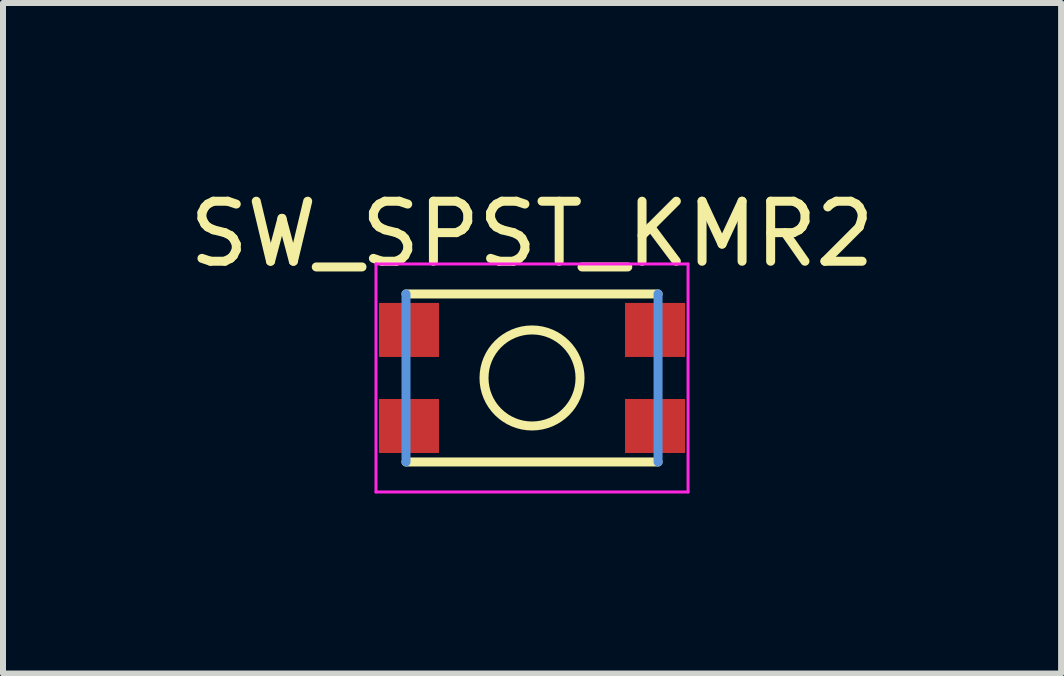
<source format=kicad_pcb>
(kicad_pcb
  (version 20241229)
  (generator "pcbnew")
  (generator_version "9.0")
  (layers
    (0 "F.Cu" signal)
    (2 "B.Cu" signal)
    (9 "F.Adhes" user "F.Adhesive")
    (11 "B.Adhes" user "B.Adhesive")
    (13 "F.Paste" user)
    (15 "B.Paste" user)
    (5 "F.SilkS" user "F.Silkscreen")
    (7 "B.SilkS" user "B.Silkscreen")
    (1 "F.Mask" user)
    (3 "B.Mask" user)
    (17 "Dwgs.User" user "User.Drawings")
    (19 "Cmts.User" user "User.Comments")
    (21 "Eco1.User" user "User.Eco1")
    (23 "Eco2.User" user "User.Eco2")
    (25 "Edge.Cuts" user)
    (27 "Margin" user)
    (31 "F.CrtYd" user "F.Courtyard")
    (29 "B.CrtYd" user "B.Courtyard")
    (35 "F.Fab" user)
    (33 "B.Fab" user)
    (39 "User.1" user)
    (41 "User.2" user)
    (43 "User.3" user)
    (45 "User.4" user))
  (footprint "SW_SPST_KMR2"
    (layer "F.Cu")
    (at 5.815 3.248)
    (property "Reference" "SW_SPST_KMR2" (at 0 -2.4 0) (layer "F.SilkS") (effects (font (size 1 1) (thickness 0.15))))
    (attr smd)
    (fp_line (start -2.1 1.4) (end 2.1 1.4) (stroke (width 0.15) (type solid)) (layer "F.SilkS"))
    (fp_line (start 2.1 -1.4) (end -2.1 -1.4) (stroke (width 0.15) (type solid)) (layer "F.SilkS"))
    (fp_circle (center 0 0) (end 0 0.8) (stroke (width 0.15) (type solid)) (fill no) (layer "F.SilkS"))
    (fp_line (start -2.1 -1.4) (end -2.1 1.4) (stroke (width 0.15) (type solid)) (layer "Cmts.User"))
    (fp_line (start 2.1 -1.4) (end 2.1 1.4) (stroke (width 0.15) (type solid)) (layer "Cmts.User"))
    (fp_line (start -2.6 -1.9) (end 2.6 -1.9) (stroke (width 0.05) (type solid)) (layer "F.CrtYd"))
    (fp_line (start -2.6 1.9) (end -2.6 -1.9) (stroke (width 0.05) (type solid)) (layer "F.CrtYd"))
    (fp_line (start 2.6 -1.9) (end 2.6 1.9) (stroke (width 0.05) (type solid)) (layer "F.CrtYd"))
    (fp_line (start 2.6 1.9) (end -2.6 1.9) (stroke (width 0.05) (type solid)) (layer "F.CrtYd"))
    (pad "1" smd rect (at -2.05 -0.8 90) (size 0.9 1) (layers "F.Cu" "F.Mask" "F.Paste"))
    (pad "1" smd rect (at 2.05 -0.8 90) (size 0.9 1) (layers "F.Cu" "F.Mask" "F.Paste"))
    (pad "2" smd rect (at -2.05 0.8 90) (size 0.9 1) (layers "F.Cu" "F.Mask" "F.Paste"))
    (pad "2" smd rect (at 2.05 0.8 90) (size 0.9 1) (layers "F.Cu" "F.Mask" "F.Paste")))
  (gr_rect
    (start -3 -3)
    (end 14.631 8.173)
    (stroke (width 0.1) (type default))
    (fill no)
    (layer "Edge.Cuts")))
</source>
